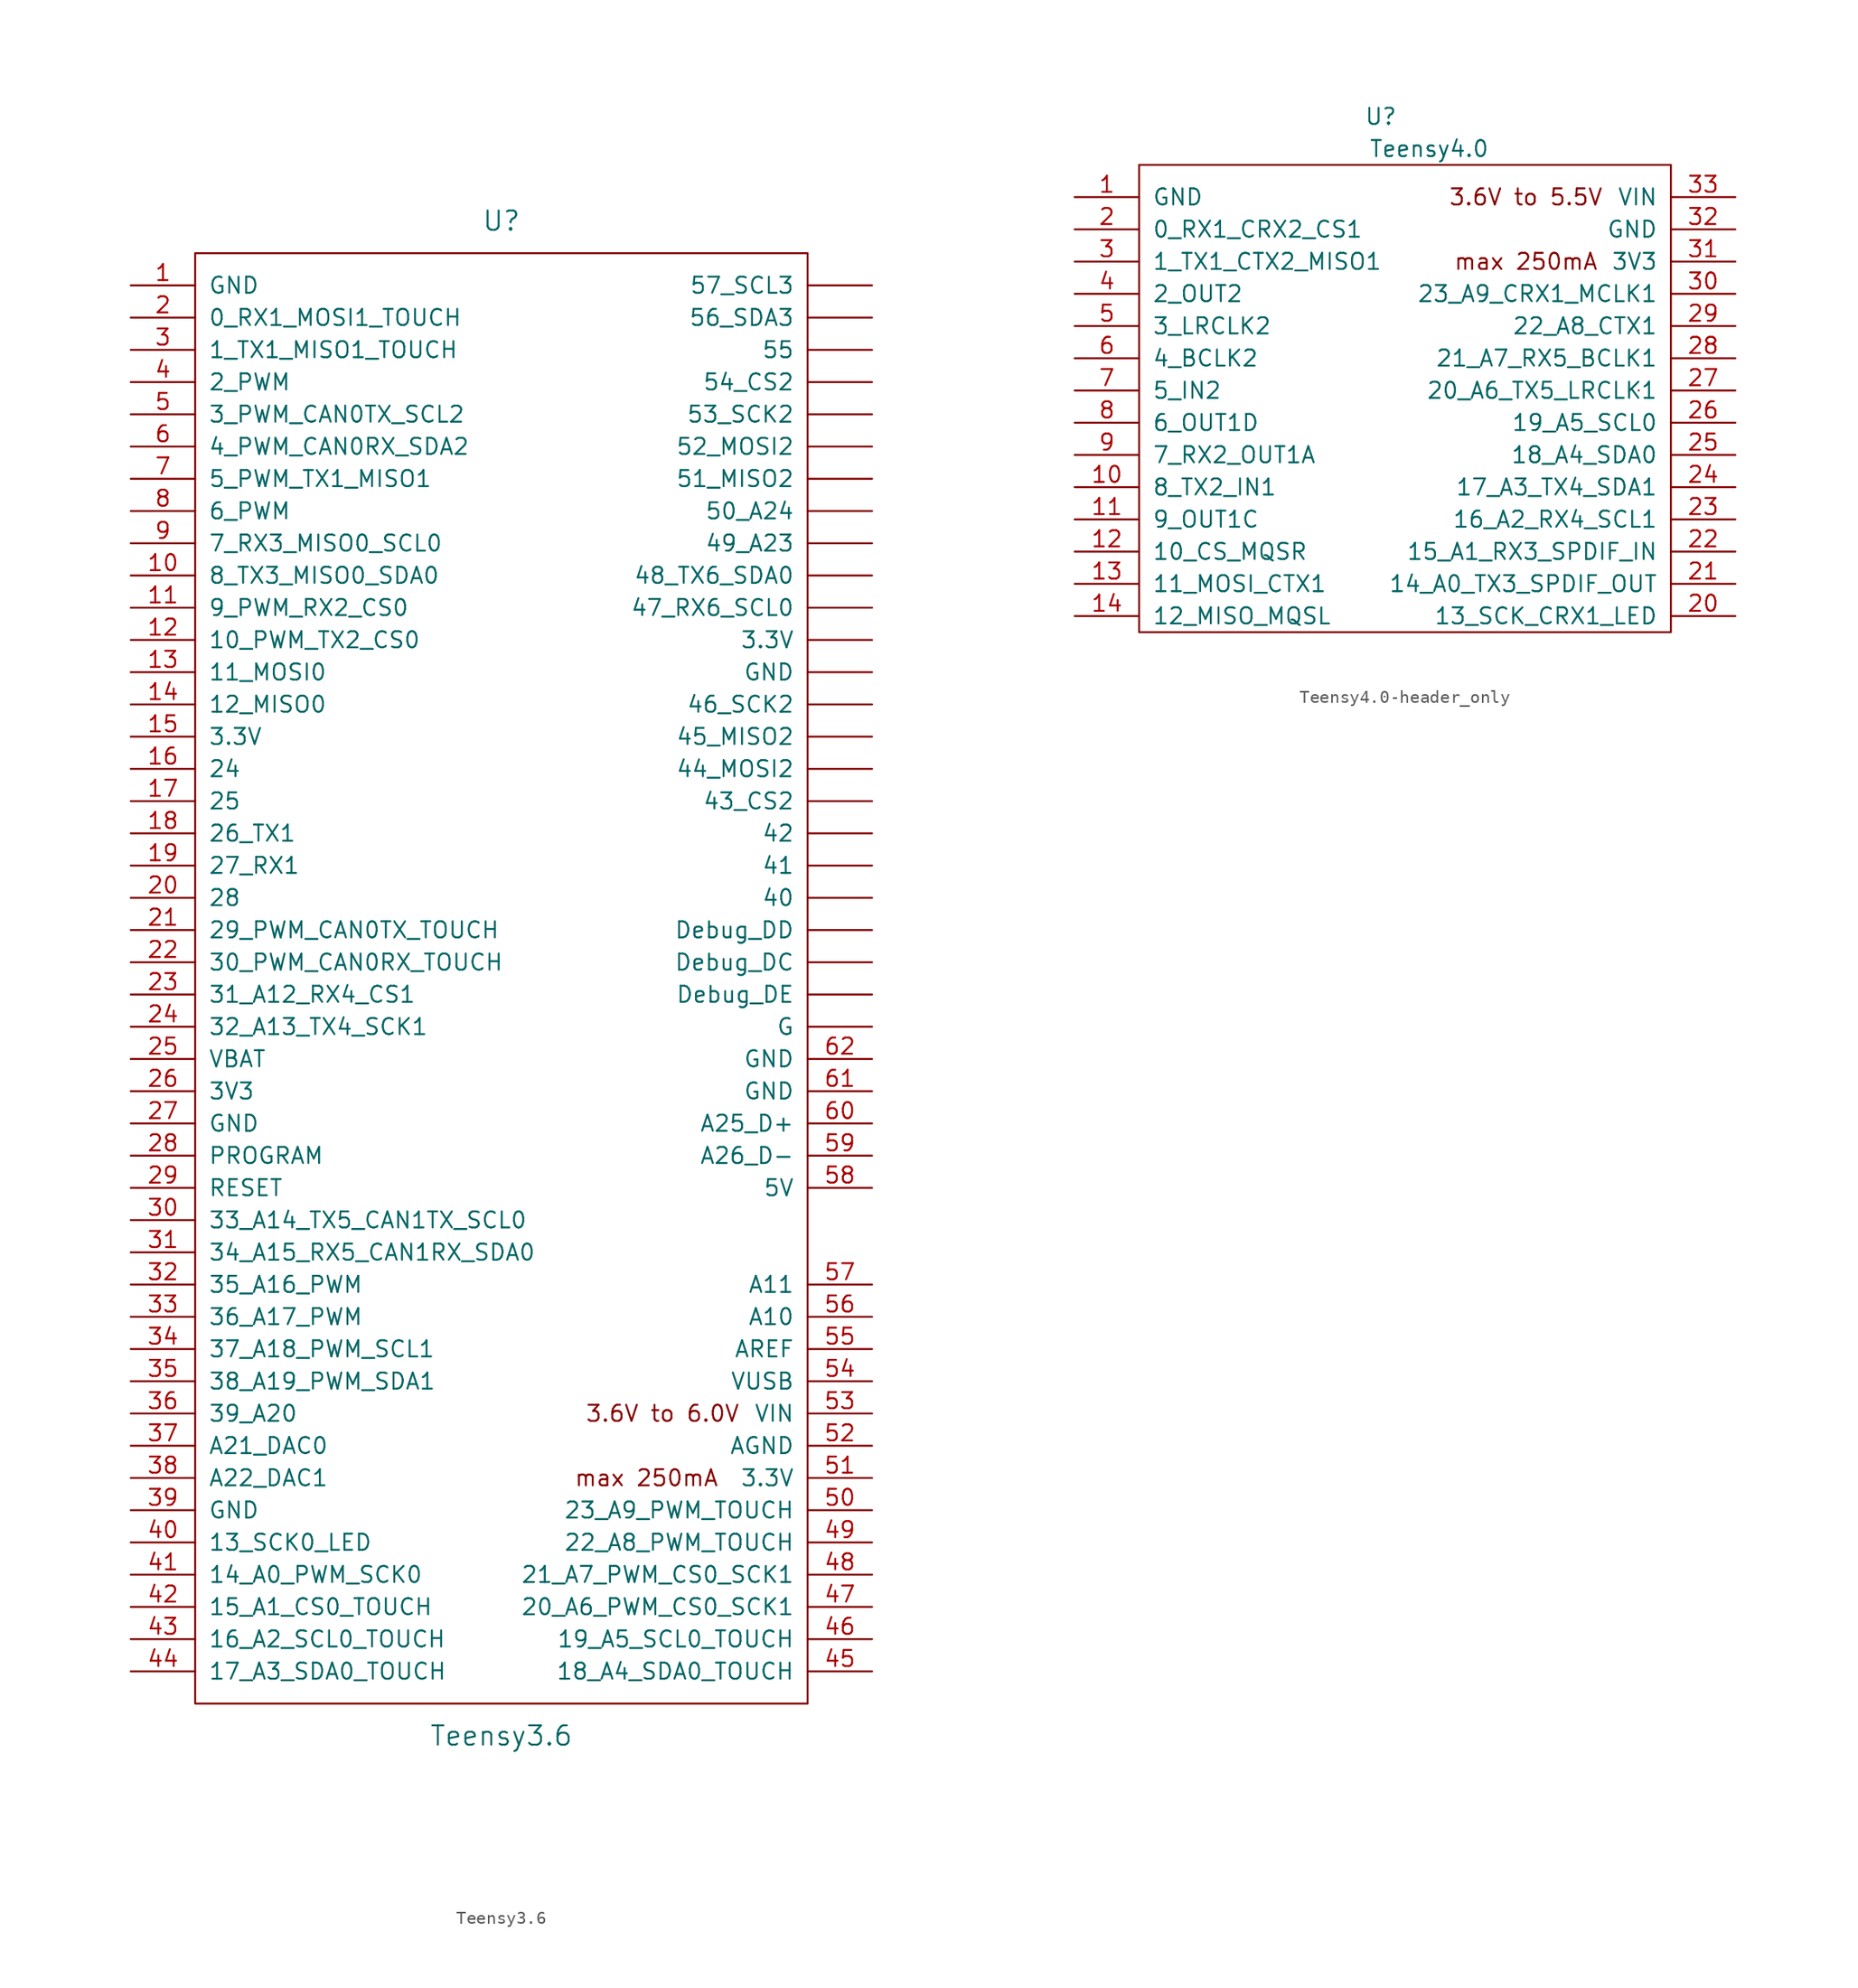
<source format=kicad_sym>
(kicad_symbol_lib
  (version 20220914)
  (generator kicad_symbol_editor)
  (symbol "Teensy3.6"
    (pin_names
      (offset 1.016))
    (property "Reference" "U"
      (at 0 59.69 0)
      (effects (font (size 1.524 1.524))))
    (property "Value" "Teensy3.6"
      (at 0 -59.69 0)
      (effects (font (size 1.524 1.524))))
    (property "Footprint" ""
      (at 0 1.27 0)
      (effects (font (size 1.524 1.524))))
    (property "Datasheet" ""
      (at 0 1.27 0)
      (effects (font (size 1.524 1.524))))
    (symbol "Teensy3.6_0_0"
      (rectangle (start -24.13 57.15) (end 24.13 -57.15) (stroke (width 0) (type solid)) (fill (type none)))
      (text "3.6V to 6.0V" (at 12.7 -34.29 0) (effects (font (size 1.27 1.27))))
      (text "max 250mA" (at 11.43 -39.37 0) (effects (font (size 1.27 1.27)))))
    (symbol "Teensy3.6_1_1"
      (pin power_in line (at -29.21 54.61 0) (length 5.08) (name "GND" (effects (font (size 1.27 1.27)))) (number "1" (effects (font (size 1.27 1.27)))))
      (pin bidirectional line (at -29.21 31.75 0) (length 5.08) (name "8_TX3_MISO0_SDA0" (effects (font (size 1.27 1.27)))) (number "10" (effects (font (size 1.27 1.27)))))
      (pin bidirectional line (at -29.21 29.21 0) (length 5.08) (name "9_PWM_RX2_CS0" (effects (font (size 1.27 1.27)))) (number "11" (effects (font (size 1.27 1.27)))))
      (pin bidirectional line (at -29.21 26.67 0) (length 5.08) (name "10_PWM_TX2_CS0" (effects (font (size 1.27 1.27)))) (number "12" (effects (font (size 1.27 1.27)))))
      (pin bidirectional line (at -29.21 24.13 0) (length 5.08) (name "11_MOSI0" (effects (font (size 1.27 1.27)))) (number "13" (effects (font (size 1.27 1.27)))))
      (pin bidirectional line (at -29.21 21.59 0) (length 5.08) (name "12_MISO0" (effects (font (size 1.27 1.27)))) (number "14" (effects (font (size 1.27 1.27)))))
      (pin power_in line (at -29.21 19.05 0) (length 5.08) (name "3.3V" (effects (font (size 1.27 1.27)))) (number "15" (effects (font (size 1.27 1.27)))))
      (pin bidirectional line (at -29.21 16.51 0) (length 5.08) (name "24" (effects (font (size 1.27 1.27)))) (number "16" (effects (font (size 1.27 1.27)))))
      (pin bidirectional line (at -29.21 13.97 0) (length 5.08) (name "25" (effects (font (size 1.27 1.27)))) (number "17" (effects (font (size 1.27 1.27)))))
      (pin bidirectional line (at -29.21 11.43 0) (length 5.08) (name "26_TX1" (effects (font (size 1.27 1.27)))) (number "18" (effects (font (size 1.27 1.27)))))
      (pin bidirectional line (at -29.21 8.89 0) (length 5.08) (name "27_RX1" (effects (font (size 1.27 1.27)))) (number "19" (effects (font (size 1.27 1.27)))))
      (pin bidirectional line (at -29.21 52.07 0) (length 5.08) (name "0_RX1_MOSI1_TOUCH" (effects (font (size 1.27 1.27)))) (number "2" (effects (font (size 1.27 1.27)))))
      (pin bidirectional line (at -29.21 6.35 0) (length 5.08) (name "28" (effects (font (size 1.27 1.27)))) (number "20" (effects (font (size 1.27 1.27)))))
      (pin bidirectional line (at -29.21 3.81 0) (length 5.08) (name "29_PWM_CAN0TX_TOUCH" (effects (font (size 1.27 1.27)))) (number "21" (effects (font (size 1.27 1.27)))))
      (pin bidirectional line (at -29.21 1.27 0) (length 5.08) (name "30_PWM_CAN0RX_TOUCH" (effects (font (size 1.27 1.27)))) (number "22" (effects (font (size 1.27 1.27)))))
      (pin bidirectional line (at -29.21 -1.27 0) (length 5.08) (name "31_A12_RX4_CS1" (effects (font (size 1.27 1.27)))) (number "23" (effects (font (size 1.27 1.27)))))
      (pin bidirectional line (at -29.21 -3.81 0) (length 5.08) (name "32_A13_TX4_SCK1" (effects (font (size 1.27 1.27)))) (number "24" (effects (font (size 1.27 1.27)))))
      (pin power_in line (at -29.21 -6.35 0) (length 5.08) (name "VBAT" (effects (font (size 1.27 1.27)))) (number "25" (effects (font (size 1.27 1.27)))))
      (pin power_in line (at -29.21 -8.89 0) (length 5.08) (name "3V3" (effects (font (size 1.27 1.27)))) (number "26" (effects (font (size 1.27 1.27)))))
      (pin power_in line (at -29.21 -11.43 0) (length 5.08) (name "GND" (effects (font (size 1.27 1.27)))) (number "27" (effects (font (size 1.27 1.27)))))
      (pin input line (at -29.21 -13.97 0) (length 5.08) (name "PROGRAM" (effects (font (size 1.27 1.27)))) (number "28" (effects (font (size 1.27 1.27)))))
      (pin input line (at -29.21 -16.51 0) (length 5.08) (name "RESET" (effects (font (size 1.27 1.27)))) (number "29" (effects (font (size 1.27 1.27)))))
      (pin bidirectional line (at -29.21 49.53 0) (length 5.08) (name "1_TX1_MISO1_TOUCH" (effects (font (size 1.27 1.27)))) (number "3" (effects (font (size 1.27 1.27)))))
      (pin bidirectional line (at -29.21 -19.05 0) (length 5.08) (name "33_A14_TX5_CAN1TX_SCL0" (effects (font (size 1.27 1.27)))) (number "30" (effects (font (size 1.27 1.27)))))
      (pin bidirectional line (at -29.21 -21.59 0) (length 5.08) (name "34_A15_RX5_CAN1RX_SDA0" (effects (font (size 1.27 1.27)))) (number "31" (effects (font (size 1.27 1.27)))))
      (pin bidirectional line (at -29.21 -24.13 0) (length 5.08) (name "35_A16_PWM" (effects (font (size 1.27 1.27)))) (number "32" (effects (font (size 1.27 1.27)))))
      (pin bidirectional line (at -29.21 -26.67 0) (length 5.08) (name "36_A17_PWM" (effects (font (size 1.27 1.27)))) (number "33" (effects (font (size 1.27 1.27)))))
      (pin bidirectional line (at -29.21 -29.21 0) (length 5.08) (name "37_A18_PWM_SCL1" (effects (font (size 1.27 1.27)))) (number "34" (effects (font (size 1.27 1.27)))))
      (pin bidirectional line (at -29.21 -31.75 0) (length 5.08) (name "38_A19_PWM_SDA1" (effects (font (size 1.27 1.27)))) (number "35" (effects (font (size 1.27 1.27)))))
      (pin bidirectional line (at -29.21 -34.29 0) (length 5.08) (name "39_A20" (effects (font (size 1.27 1.27)))) (number "36" (effects (font (size 1.27 1.27)))))
      (pin bidirectional line (at -29.21 -36.83 0) (length 5.08) (name "A21_DAC0" (effects (font (size 1.27 1.27)))) (number "37" (effects (font (size 1.27 1.27)))))
      (pin bidirectional line (at -29.21 -39.37 0) (length 5.08) (name "A22_DAC1" (effects (font (size 1.27 1.27)))) (number "38" (effects (font (size 1.27 1.27)))))
      (pin power_in line (at -29.21 -41.91 0) (length 5.08) (name "GND" (effects (font (size 1.27 1.27)))) (number "39" (effects (font (size 1.27 1.27)))))
      (pin bidirectional line (at -29.21 46.99 0) (length 5.08) (name "2_PWM" (effects (font (size 1.27 1.27)))) (number "4" (effects (font (size 1.27 1.27)))))
      (pin bidirectional line (at -29.21 -44.45 0) (length 5.08) (name "13_SCK0_LED" (effects (font (size 1.27 1.27)))) (number "40" (effects (font (size 1.27 1.27)))))
      (pin bidirectional line (at -29.21 -46.99 0) (length 5.08) (name "14_A0_PWM_SCK0" (effects (font (size 1.27 1.27)))) (number "41" (effects (font (size 1.27 1.27)))))
      (pin bidirectional line (at -29.21 -49.53 0) (length 5.08) (name "15_A1_CS0_TOUCH" (effects (font (size 1.27 1.27)))) (number "42" (effects (font (size 1.27 1.27)))))
      (pin bidirectional line (at -29.21 -52.07 0) (length 5.08) (name "16_A2_SCL0_TOUCH" (effects (font (size 1.27 1.27)))) (number "43" (effects (font (size 1.27 1.27)))))
      (pin bidirectional line (at -29.21 -54.61 0) (length 5.08) (name "17_A3_SDA0_TOUCH" (effects (font (size 1.27 1.27)))) (number "44" (effects (font (size 1.27 1.27)))))
      (pin bidirectional line (at 29.21 -54.61 180) (length 5.08) (name "18_A4_SDA0_TOUCH" (effects (font (size 1.27 1.27)))) (number "45" (effects (font (size 1.27 1.27)))))
      (pin bidirectional line (at 29.21 -52.07 180) (length 5.08) (name "19_A5_SCL0_TOUCH" (effects (font (size 1.27 1.27)))) (number "46" (effects (font (size 1.27 1.27)))))
      (pin bidirectional line (at 29.21 -49.53 180) (length 5.08) (name "20_A6_PWM_CS0_SCK1" (effects (font (size 1.27 1.27)))) (number "47" (effects (font (size 1.27 1.27)))))
      (pin bidirectional line (at 29.21 -46.99 180) (length 5.08) (name "21_A7_PWM_CS0_SCK1" (effects (font (size 1.27 1.27)))) (number "48" (effects (font (size 1.27 1.27)))))
      (pin bidirectional line (at 29.21 -44.45 180) (length 5.08) (name "22_A8_PWM_TOUCH" (effects (font (size 1.27 1.27)))) (number "49" (effects (font (size 1.27 1.27)))))
      (pin bidirectional line (at -29.21 44.45 0) (length 5.08) (name "3_PWM_CAN0TX_SCL2" (effects (font (size 1.27 1.27)))) (number "5" (effects (font (size 1.27 1.27)))))
      (pin bidirectional line (at 29.21 -41.91 180) (length 5.08) (name "23_A9_PWM_TOUCH" (effects (font (size 1.27 1.27)))) (number "50" (effects (font (size 1.27 1.27)))))
      (pin power_out line (at 29.21 -39.37 180) (length 5.08) (name "3.3V" (effects (font (size 1.27 1.27)))) (number "51" (effects (font (size 1.27 1.27)))))
      (pin power_out line (at 29.21 -36.83 180) (length 5.08) (name "AGND" (effects (font (size 1.27 1.27)))) (number "52" (effects (font (size 1.27 1.27)))))
      (pin power_in line (at 29.21 -34.29 180) (length 5.08) (name "VIN" (effects (font (size 1.27 1.27)))) (number "53" (effects (font (size 1.27 1.27)))))
      (pin power_in line (at 29.21 -31.75 180) (length 5.08) (name "VUSB" (effects (font (size 1.27 1.27)))) (number "54" (effects (font (size 1.27 1.27)))))
      (pin input line (at 29.21 -29.21 180) (length 5.08) (name "AREF" (effects (font (size 1.27 1.27)))) (number "55" (effects (font (size 1.27 1.27)))))
      (pin bidirectional line (at 29.21 -26.67 180) (length 5.08) (name "A10" (effects (font (size 1.27 1.27)))) (number "56" (effects (font (size 1.27 1.27)))))
      (pin bidirectional line (at 29.21 -24.13 180) (length 5.08) (name "A11" (effects (font (size 1.27 1.27)))) (number "57" (effects (font (size 1.27 1.27)))))
      (pin power_in line (at 29.21 -16.51 180) (length 5.08) (name "5V" (effects (font (size 1.27 1.27)))) (number "58" (effects (font (size 1.27 1.27)))))
      (pin bidirectional line (at 29.21 -13.97 180) (length 5.08) (name "A26_D-" (effects (font (size 1.27 1.27)))) (number "59" (effects (font (size 1.27 1.27)))))
      (pin bidirectional line (at -29.21 41.91 0) (length 5.08) (name "4_PWM_CAN0RX_SDA2" (effects (font (size 1.27 1.27)))) (number "6" (effects (font (size 1.27 1.27)))))
      (pin bidirectional line (at 29.21 -11.43 180) (length 5.08) (name "A25_D+" (effects (font (size 1.27 1.27)))) (number "60" (effects (font (size 1.27 1.27)))))
      (pin power_in line (at 29.21 -8.89 180) (length 5.08) (name "GND" (effects (font (size 1.27 1.27)))) (number "61" (effects (font (size 1.27 1.27)))))
      (pin power_in line (at 29.21 -6.35 180) (length 5.08) (name "GND" (effects (font (size 1.27 1.27)))) (number "62" (effects (font (size 1.27 1.27)))))
      (pin bidirectional line (at -29.21 39.37 0) (length 5.08) (name "5_PWM_TX1_MISO1" (effects (font (size 1.27 1.27)))) (number "7" (effects (font (size 1.27 1.27)))))
      (pin bidirectional line (at -29.21 36.83 0) (length 5.08) (name "6_PWM" (effects (font (size 1.27 1.27)))) (number "8" (effects (font (size 1.27 1.27)))))
      (pin bidirectional line (at -29.21 34.29 0) (length 5.08) (name "7_RX3_MISO0_SCL0" (effects (font (size 1.27 1.27)))) (number "9" (effects (font (size 1.27 1.27)))))
      (pin power_in line (at 29.21 26.67 180) (length 5.08) (name "3.3V" (effects (font (size 1.27 1.27)))) (number "~" (effects (font (size 1.27 1.27)))))
      (pin bidirectional line (at 29.21 6.35 180) (length 5.08) (name "40" (effects (font (size 1.27 1.27)))) (number "~" (effects (font (size 1.27 1.27)))))
      (pin bidirectional line (at 29.21 8.89 180) (length 5.08) (name "41" (effects (font (size 1.27 1.27)))) (number "~" (effects (font (size 1.27 1.27)))))
      (pin bidirectional line (at 29.21 11.43 180) (length 5.08) (name "42" (effects (font (size 1.27 1.27)))) (number "~" (effects (font (size 1.27 1.27)))))
      (pin bidirectional line (at 29.21 13.97 180) (length 5.08) (name "43_CS2" (effects (font (size 1.27 1.27)))) (number "~" (effects (font (size 1.27 1.27)))))
      (pin bidirectional line (at 29.21 16.51 180) (length 5.08) (name "44_MOSI2" (effects (font (size 1.27 1.27)))) (number "~" (effects (font (size 1.27 1.27)))))
      (pin bidirectional line (at 29.21 19.05 180) (length 5.08) (name "45_MISO2" (effects (font (size 1.27 1.27)))) (number "~" (effects (font (size 1.27 1.27)))))
      (pin bidirectional line (at 29.21 21.59 180) (length 5.08) (name "46_SCK2" (effects (font (size 1.27 1.27)))) (number "~" (effects (font (size 1.27 1.27)))))
      (pin bidirectional line (at 29.21 29.21 180) (length 5.08) (name "47_RX6_SCL0" (effects (font (size 1.27 1.27)))) (number "~" (effects (font (size 1.27 1.27)))))
      (pin bidirectional line (at 29.21 31.75 180) (length 5.08) (name "48_TX6_SDA0" (effects (font (size 1.27 1.27)))) (number "~" (effects (font (size 1.27 1.27)))))
      (pin bidirectional line (at 29.21 34.29 180) (length 5.08) (name "49_A23" (effects (font (size 1.27 1.27)))) (number "~" (effects (font (size 1.27 1.27)))))
      (pin bidirectional line (at 29.21 36.83 180) (length 5.08) (name "50_A24" (effects (font (size 1.27 1.27)))) (number "~" (effects (font (size 1.27 1.27)))))
      (pin bidirectional line (at 29.21 39.37 180) (length 5.08) (name "51_MISO2" (effects (font (size 1.27 1.27)))) (number "~" (effects (font (size 1.27 1.27)))))
      (pin bidirectional line (at 29.21 41.91 180) (length 5.08) (name "52_MOSI2" (effects (font (size 1.27 1.27)))) (number "~" (effects (font (size 1.27 1.27)))))
      (pin bidirectional line (at 29.21 44.45 180) (length 5.08) (name "53_SCK2" (effects (font (size 1.27 1.27)))) (number "~" (effects (font (size 1.27 1.27)))))
      (pin bidirectional line (at 29.21 46.99 180) (length 5.08) (name "54_CS2" (effects (font (size 1.27 1.27)))) (number "~" (effects (font (size 1.27 1.27)))))
      (pin bidirectional line (at 29.21 49.53 180) (length 5.08) (name "55" (effects (font (size 1.27 1.27)))) (number "~" (effects (font (size 1.27 1.27)))))
      (pin bidirectional line (at 29.21 52.07 180) (length 5.08) (name "56_SDA3" (effects (font (size 1.27 1.27)))) (number "~" (effects (font (size 1.27 1.27)))))
      (pin bidirectional line (at 29.21 54.61 180) (length 5.08) (name "57_SCL3" (effects (font (size 1.27 1.27)))) (number "~" (effects (font (size 1.27 1.27)))))
      (pin input line (at 29.21 1.27 180) (length 5.08) (name "Debug_DC" (effects (font (size 1.27 1.27)))) (number "~" (effects (font (size 1.27 1.27)))))
      (pin input line (at 29.21 3.81 180) (length 5.08) (name "Debug_DD" (effects (font (size 1.27 1.27)))) (number "~" (effects (font (size 1.27 1.27)))))
      (pin input line (at 29.21 -1.27 180) (length 5.08) (name "Debug_DE" (effects (font (size 1.27 1.27)))) (number "~" (effects (font (size 1.27 1.27)))))
      (pin power_in line (at 29.21 -3.81 180) (length 5.08) (name "G" (effects (font (size 1.27 1.27)))) (number "~" (effects (font (size 1.27 1.27)))))
      (pin power_in line (at 29.21 24.13 180) (length 5.08) (name "GND" (effects (font (size 1.27 1.27)))) (number "~" (effects (font (size 1.27 1.27)))))))
  (symbol "Teensy4.0-header_only"
    (pin_names
      (offset 1.016))
    (property "Reference" "U"
      (at -3.81 40.64 0)
      (effects (font (size 1.27 1.27))))
    (property "Value" "Teensy4.0"
      (at 0 38.1 0)
      (effects (font (size 1.27 1.27))))
    (symbol "Teensy4.0-header_only_0_0"
      (text "3.6V to 5.5V" (at 7.62 34.29 0) (effects (font (size 1.27 1.27))))
      (text "max 250mA" (at 7.62 29.21 0) (effects (font (size 1.27 1.27))))
      (pin bidirectional line (at -27.94 11.43 0) (length 5.08) (name "8_TX2_IN1" (effects (font (size 1.27 1.27)))) (number "10" (effects (font (size 1.27 1.27)))))
      (pin bidirectional line (at -27.94 8.89 0) (length 5.08) (name "9_OUT1C" (effects (font (size 1.27 1.27)))) (number "11" (effects (font (size 1.27 1.27)))))
      (pin bidirectional line (at -27.94 6.35 0) (length 5.08) (name "10_CS_MQSR" (effects (font (size 1.27 1.27)))) (number "12" (effects (font (size 1.27 1.27)))))
      (pin bidirectional line (at -27.94 3.81 0) (length 5.08) (name "11_MOSI_CTX1" (effects (font (size 1.27 1.27)))) (number "13" (effects (font (size 1.27 1.27)))))
      (pin bidirectional line (at -27.94 1.27 0) (length 5.08) (name "12_MISO_MQSL" (effects (font (size 1.27 1.27)))) (number "14" (effects (font (size 1.27 1.27)))))
      (pin bidirectional line (at 24.13 1.27 180) (length 5.08) (name "13_SCK_CRX1_LED" (effects (font (size 1.27 1.27)))) (number "20" (effects (font (size 1.27 1.27)))))
      (pin bidirectional line (at 24.13 3.81 180) (length 5.08) (name "14_A0_TX3_SPDIF_OUT" (effects (font (size 1.27 1.27)))) (number "21" (effects (font (size 1.27 1.27)))))
      (pin bidirectional line (at 24.13 6.35 180) (length 5.08) (name "15_A1_RX3_SPDIF_IN" (effects (font (size 1.27 1.27)))) (number "22" (effects (font (size 1.27 1.27)))))
      (pin bidirectional line (at 24.13 8.89 180) (length 5.08) (name "16_A2_RX4_SCL1" (effects (font (size 1.27 1.27)))) (number "23" (effects (font (size 1.27 1.27)))))
      (pin bidirectional line (at 24.13 11.43 180) (length 5.08) (name "17_A3_TX4_SDA1" (effects (font (size 1.27 1.27)))) (number "24" (effects (font (size 1.27 1.27)))))
      (pin bidirectional line (at 24.13 13.97 180) (length 5.08) (name "18_A4_SDA0" (effects (font (size 1.27 1.27)))) (number "25" (effects (font (size 1.27 1.27)))))
      (pin bidirectional line (at 24.13 16.51 180) (length 5.08) (name "19_A5_SCL0" (effects (font (size 1.27 1.27)))) (number "26" (effects (font (size 1.27 1.27)))))
      (pin bidirectional line (at 24.13 19.05 180) (length 5.08) (name "20_A6_TX5_LRCLK1" (effects (font (size 1.27 1.27)))) (number "27" (effects (font (size 1.27 1.27)))))
      (pin bidirectional line (at 24.13 21.59 180) (length 5.08) (name "21_A7_RX5_BCLK1" (effects (font (size 1.27 1.27)))) (number "28" (effects (font (size 1.27 1.27)))))
      (pin bidirectional line (at 24.13 24.13 180) (length 5.08) (name "22_A8_CTX1" (effects (font (size 1.27 1.27)))) (number "29" (effects (font (size 1.27 1.27)))))
      (pin bidirectional line (at 24.13 26.67 180) (length 5.08) (name "23_A9_CRX1_MCLK1" (effects (font (size 1.27 1.27)))) (number "30" (effects (font (size 1.27 1.27)))))
      (pin power_out line (at 24.13 29.21 180) (length 5.08) (name "3V3" (effects (font (size 1.27 1.27)))) (number "31" (effects (font (size 1.27 1.27)))))
      (pin power_in line (at 24.13 31.75 180) (length 5.08) (name "GND" (effects (font (size 1.27 1.27)))) (number "32" (effects (font (size 1.27 1.27)))))
      (pin power_in line (at 24.13 34.29 180) (length 5.08) (name "VIN" (effects (font (size 1.27 1.27)))) (number "33" (effects (font (size 1.27 1.27)))))
      (pin bidirectional line (at -27.94 24.13 0) (length 5.08) (name "3_LRCLK2" (effects (font (size 1.27 1.27)))) (number "5" (effects (font (size 1.27 1.27)))))
      (pin bidirectional line (at -27.94 21.59 0) (length 5.08) (name "4_BCLK2" (effects (font (size 1.27 1.27)))) (number "6" (effects (font (size 1.27 1.27)))))
      (pin bidirectional line (at -27.94 19.05 0) (length 5.08) (name "5_IN2" (effects (font (size 1.27 1.27)))) (number "7" (effects (font (size 1.27 1.27)))))
      (pin bidirectional line (at -27.94 16.51 0) (length 5.08) (name "6_OUT1D" (effects (font (size 1.27 1.27)))) (number "8" (effects (font (size 1.27 1.27)))))
      (pin bidirectional line (at -27.94 13.97 0) (length 5.08) (name "7_RX2_OUT1A" (effects (font (size 1.27 1.27)))) (number "9" (effects (font (size 1.27 1.27))))))
    (symbol "Teensy4.0-header_only_0_1"
      (rectangle (start -22.86 36.83) (end 19.05 0) (stroke (width 0) (type solid)) (fill (type none)))
      (rectangle (start 16.51 19.05) (end 16.51 19.05) (stroke (width 0) (type solid)) (fill (type none))))
    (symbol "Teensy4.0-header_only_1_1"
      (pin power_in line (at -27.94 34.29 0) (length 5.08) (name "GND" (effects (font (size 1.27 1.27)))) (number "1" (effects (font (size 1.27 1.27)))))
      (pin bidirectional line (at -27.94 31.75 0) (length 5.08) (name "0_RX1_CRX2_CS1" (effects (font (size 1.27 1.27)))) (number "2" (effects (font (size 1.27 1.27)))))
      (pin bidirectional line (at -27.94 29.21 0) (length 5.08) (name "1_TX1_CTX2_MISO1" (effects (font (size 1.27 1.27)))) (number "3" (effects (font (size 1.27 1.27)))))
      (pin bidirectional line (at -27.94 26.67 0) (length 5.08) (name "2_OUT2" (effects (font (size 1.27 1.27)))) (number "4" (effects (font (size 1.27 1.27))))))))
</source>
